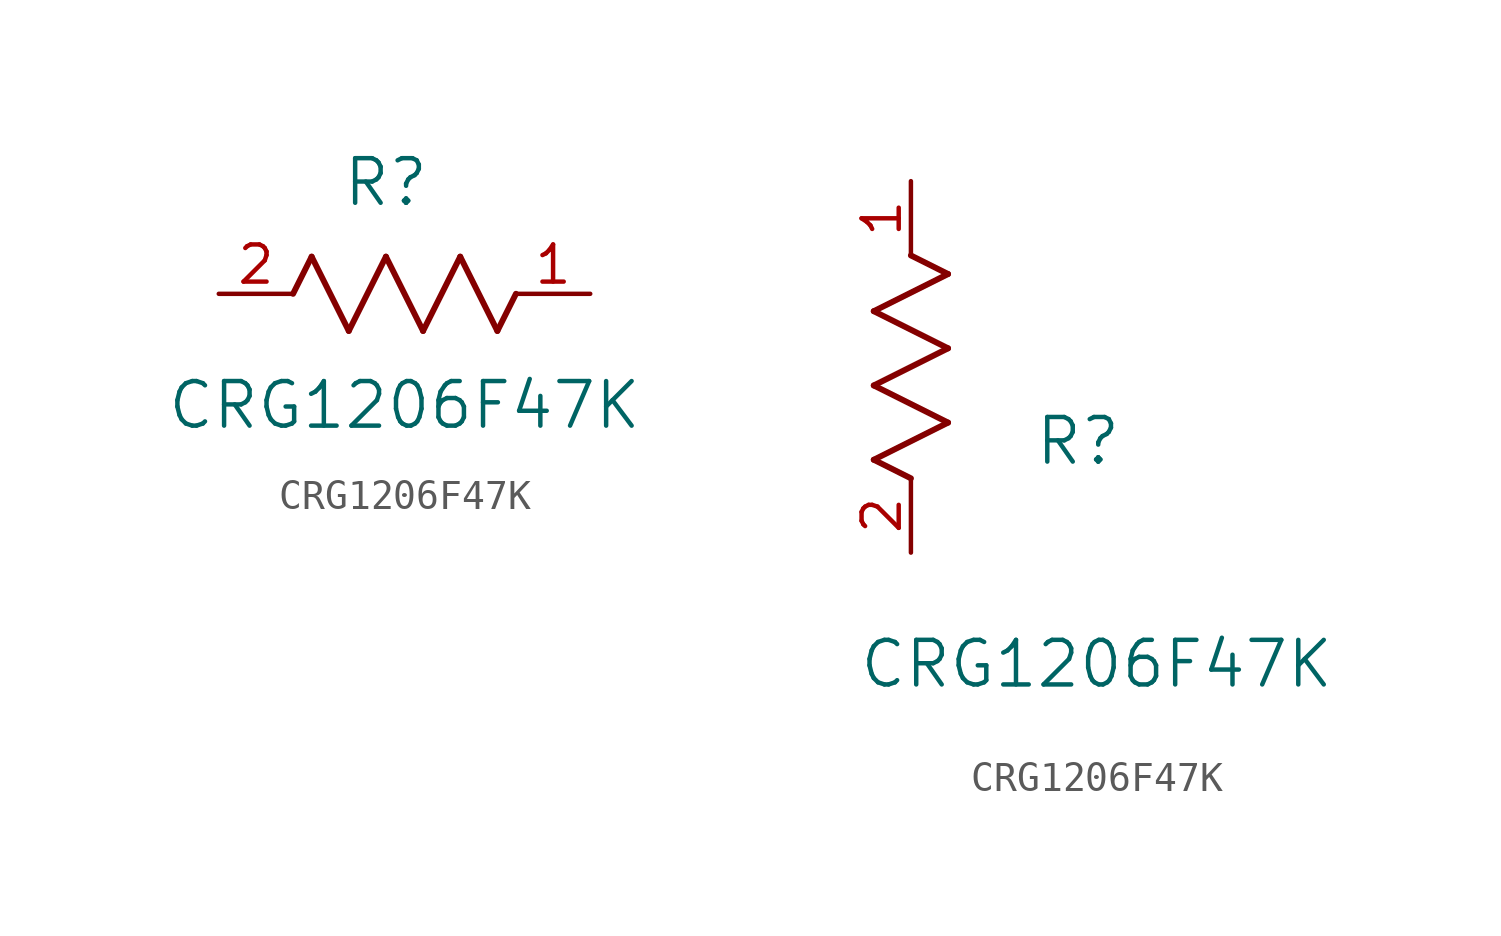
<source format=kicad_sym>
(kicad_symbol_lib
  (version 20211014)
  (generator kicad_symbol_editor)
  (symbol "CRG1206F47K"
    (pin_names
      (offset 0.254))
    (property "Reference" "R"
      (at 5.715 3.81 0)
      (effects (font (size 1.524 1.524))))
    (property "Value" "CRG1206F47K"
      (at 6.35 -3.81 0)
      (effects (font (size 1.524 1.524))))
    (symbol "CRG1206F47K_1_1"
      (polyline (pts (xy 3.175 1.27) (xy 4.445 -1.27)) (stroke (width 0.203) (type default) (color 0 0 0 0)) (fill (type none)))
      (polyline (pts (xy 4.445 -1.27) (xy 5.715 1.27)) (stroke (width 0.203) (type default) (color 0 0 0 0)) (fill (type none)))
      (polyline (pts (xy 5.715 1.27) (xy 6.985 -1.27)) (stroke (width 0.203) (type default) (color 0 0 0 0)) (fill (type none)))
      (polyline (pts (xy 6.985 -1.27) (xy 8.255 1.27)) (stroke (width 0.203) (type default) (color 0 0 0 0)) (fill (type none)))
      (polyline (pts (xy 8.255 1.27) (xy 9.525 -1.27)) (stroke (width 0.203) (type default) (color 0 0 0 0)) (fill (type none)))
      (polyline (pts (xy 2.54 0) (xy 3.175 1.27)) (stroke (width 0.203) (type default) (color 0 0 0 0)) (fill (type none)))
      (polyline (pts (xy 9.525 -1.27) (xy 10.16 0)) (stroke (width 0.203) (type default) (color 0 0 0 0)) (fill (type none)))
      (pin unspecified line (at 0 0 0) (length 2.54) (name "" (effects (font (size 1.27 1.27)))) (number "2" (effects (font (size 1.27 1.27)))))
      (pin unspecified line (at 12.7 0 180) (length 2.54) (name "" (effects (font (size 1.27 1.27)))) (number "1" (effects (font (size 1.27 1.27))))))
    (symbol "CRG1206F47K_1_2"
      (polyline (pts (xy 0 2.54) (xy -1.27 3.175)) (stroke (width 0.203) (type default) (color 0 0 0 0)) (fill (type none)))
      (polyline (pts (xy -1.27 3.175) (xy 1.27 4.445)) (stroke (width 0.203) (type default) (color 0 0 0 0)) (fill (type none)))
      (polyline (pts (xy 1.27 4.445) (xy -1.27 5.715)) (stroke (width 0.203) (type default) (color 0 0 0 0)) (fill (type none)))
      (polyline (pts (xy -1.27 5.715) (xy 1.27 6.985)) (stroke (width 0.203) (type default) (color 0 0 0 0)) (fill (type none)))
      (polyline (pts (xy -1.27 8.255) (xy 1.27 9.525)) (stroke (width 0.203) (type default) (color 0 0 0 0)) (fill (type none)))
      (polyline (pts (xy 1.27 9.525) (xy 0 10.16)) (stroke (width 0.203) (type default) (color 0 0 0 0)) (fill (type none)))
      (polyline (pts (xy 1.27 6.985) (xy -1.27 8.255)) (stroke (width 0.203) (type default) (color 0 0 0 0)) (fill (type none)))
      (pin unspecified line (at 0 0 90) (length 2.54) (name "" (effects (font (size 1.27 1.27)))) (number "2" (effects (font (size 1.27 1.27)))))
      (pin unspecified line (at 0 12.7 270) (length 2.54) (name "" (effects (font (size 1.27 1.27)))) (number "1" (effects (font (size 1.27 1.27))))))))
</source>
